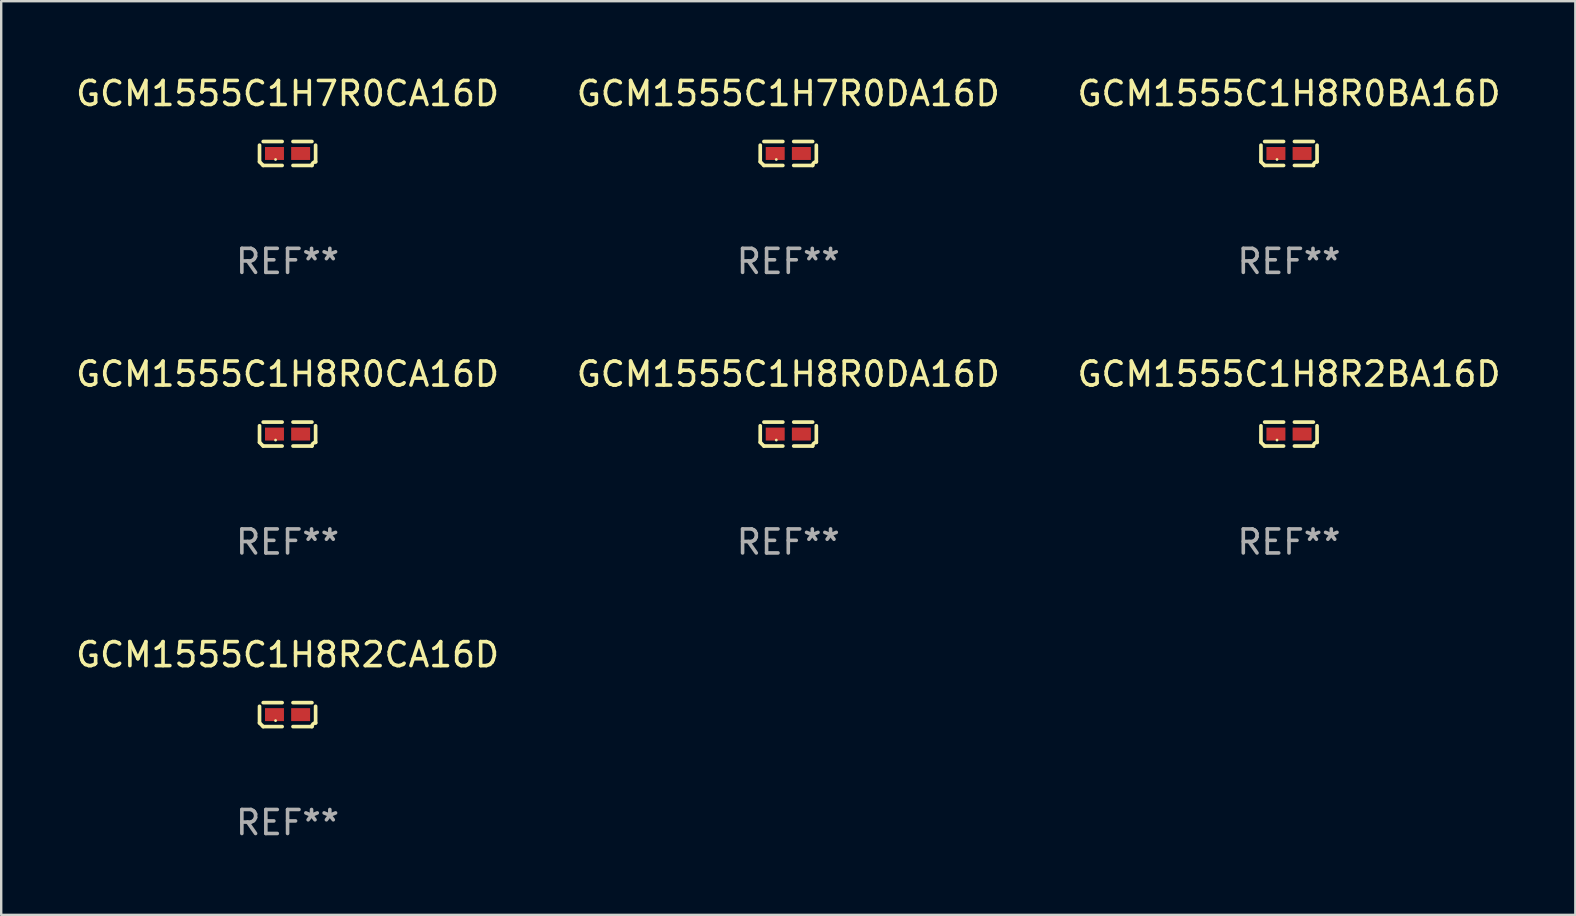
<source format=kicad_pcb>
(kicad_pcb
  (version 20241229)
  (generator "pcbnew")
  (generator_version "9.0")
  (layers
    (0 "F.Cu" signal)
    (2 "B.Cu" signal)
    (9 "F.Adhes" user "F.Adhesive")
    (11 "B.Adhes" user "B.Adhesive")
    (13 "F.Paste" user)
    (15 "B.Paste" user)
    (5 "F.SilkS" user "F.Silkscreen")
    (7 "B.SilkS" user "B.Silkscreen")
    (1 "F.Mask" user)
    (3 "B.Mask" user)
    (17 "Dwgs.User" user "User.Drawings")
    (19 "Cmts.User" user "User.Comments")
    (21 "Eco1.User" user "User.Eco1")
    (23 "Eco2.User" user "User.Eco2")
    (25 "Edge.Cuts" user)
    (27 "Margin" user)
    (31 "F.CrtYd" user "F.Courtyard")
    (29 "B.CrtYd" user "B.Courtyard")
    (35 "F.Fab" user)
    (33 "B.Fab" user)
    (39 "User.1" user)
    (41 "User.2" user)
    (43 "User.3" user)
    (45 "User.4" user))
  (footprint "GCM1555C1H7R0CA16D"
    (layer "F.Cu")
    (at 8.935 3.347)
    (property "Reference" "GCM1555C1H7R0CA16D" (at 0 -2.499 0) (layer "F.SilkS") (effects (font (size 1 1) (thickness 0.15))))
    (attr through_hole)
    (fp_line (start -1.169 0.346) (end -1.169 -0.346) (stroke (width 0.152) (type solid)) (layer "F.SilkS"))
    (fp_line (start -1.016 -0.499) (end -0.226 -0.499) (stroke (width 0.152) (type solid)) (layer "F.SilkS"))
    (fp_line (start -0.226 0.499) (end -1.016 0.499) (stroke (width 0.152) (type solid)) (layer "F.SilkS"))
    (fp_line (start 0.226 0.499) (end 1.016 0.499) (stroke (width 0.152) (type solid)) (layer "F.SilkS"))
    (fp_line (start 1.016 -0.499) (end 0.226 -0.499) (stroke (width 0.152) (type solid)) (layer "F.SilkS"))
    (fp_line (start 1.169 0.346) (end 1.169 -0.346) (stroke (width 0.152) (type solid)) (layer "F.SilkS"))
    (fp_arc (start -1.016307 0.498603) (mid -1.092512 0.422405) (end -1.16871 0.3462) (stroke (width 0.1524) (type solid)) (layer "F.SilkS"))
    (fp_arc (start 1.016307 0.498603) (mid 1.060899 0.390758) (end 1.168707 0.346076) (stroke (width 0.1524) (type solid)) (layer "F.SilkS"))
    (fp_circle (center -0.5 0.25) (end -0.47 0.25) (stroke (width 0.06) (type solid)) (fill no) (layer "F.SilkS"))
    (fp_text user "REF**" (at 0 4.499 0) (layer "F.Fab") (effects (font (size 1 1) (thickness 0.15))))
    (pad "1" smd rect (at -0.545 0) (size 0.79 0.54) (layers "F.Cu" "F.Mask" "F.Paste"))
    (pad "2" smd rect (at 0.545 0) (size 0.79 0.54) (layers "F.Cu" "F.Mask" "F.Paste")))
  (footprint "GCM1555C1H8R2CA16D"
    (layer "F.Cu")
    (at 8.935 26.734)
    (property "Reference" "GCM1555C1H8R2CA16D" (at 0 -2.499 0) (layer "F.SilkS") (effects (font (size 1 1) (thickness 0.15))))
    (attr through_hole)
    (fp_line (start -1.169 0.346) (end -1.169 -0.346) (stroke (width 0.152) (type solid)) (layer "F.SilkS"))
    (fp_line (start -1.016 -0.499) (end -0.226 -0.499) (stroke (width 0.152) (type solid)) (layer "F.SilkS"))
    (fp_line (start -0.226 0.499) (end -1.016 0.499) (stroke (width 0.152) (type solid)) (layer "F.SilkS"))
    (fp_line (start 0.226 0.499) (end 1.016 0.499) (stroke (width 0.152) (type solid)) (layer "F.SilkS"))
    (fp_line (start 1.016 -0.499) (end 0.226 -0.499) (stroke (width 0.152) (type solid)) (layer "F.SilkS"))
    (fp_line (start 1.169 0.346) (end 1.169 -0.346) (stroke (width 0.152) (type solid)) (layer "F.SilkS"))
    (fp_arc (start -1.016307 0.498603) (mid -1.092512 0.422405) (end -1.16871 0.3462) (stroke (width 0.1524) (type solid)) (layer "F.SilkS"))
    (fp_arc (start 1.016307 0.498603) (mid 1.060899 0.390758) (end 1.168707 0.346076) (stroke (width 0.1524) (type solid)) (layer "F.SilkS"))
    (fp_circle (center -0.5 0.25) (end -0.47 0.25) (stroke (width 0.06) (type solid)) (fill no) (layer "F.SilkS"))
    (fp_text user "REF**" (at 0 4.499 0) (layer "F.Fab") (effects (font (size 1 1) (thickness 0.15))))
    (pad "1" smd rect (at -0.545 0) (size 0.79 0.54) (layers "F.Cu" "F.Mask" "F.Paste"))
    (pad "2" smd rect (at 0.545 0) (size 0.79 0.54) (layers "F.Cu" "F.Mask" "F.Paste")))
  (footprint "GCM1555C1H8R0CA16D"
    (layer "F.Cu")
    (at 8.935 15.041)
    (property "Reference" "GCM1555C1H8R0CA16D" (at 0 -2.499 0) (layer "F.SilkS") (effects (font (size 1 1) (thickness 0.15))))
    (attr through_hole)
    (fp_line (start -1.169 0.346) (end -1.169 -0.346) (stroke (width 0.152) (type solid)) (layer "F.SilkS"))
    (fp_line (start -1.016 -0.499) (end -0.226 -0.499) (stroke (width 0.152) (type solid)) (layer "F.SilkS"))
    (fp_line (start -0.226 0.499) (end -1.016 0.499) (stroke (width 0.152) (type solid)) (layer "F.SilkS"))
    (fp_line (start 0.226 0.499) (end 1.016 0.499) (stroke (width 0.152) (type solid)) (layer "F.SilkS"))
    (fp_line (start 1.016 -0.499) (end 0.226 -0.499) (stroke (width 0.152) (type solid)) (layer "F.SilkS"))
    (fp_line (start 1.169 0.346) (end 1.169 -0.346) (stroke (width 0.152) (type solid)) (layer "F.SilkS"))
    (fp_arc (start -1.016307 0.498603) (mid -1.092512 0.422405) (end -1.16871 0.3462) (stroke (width 0.1524) (type solid)) (layer "F.SilkS"))
    (fp_arc (start 1.016307 0.498603) (mid 1.060899 0.390758) (end 1.168707 0.346076) (stroke (width 0.1524) (type solid)) (layer "F.SilkS"))
    (fp_circle (center -0.5 0.25) (end -0.47 0.25) (stroke (width 0.06) (type solid)) (fill no) (layer "F.SilkS"))
    (fp_text user "REF**" (at 0 4.499 0) (layer "F.Fab") (effects (font (size 1 1) (thickness 0.15))))
    (pad "1" smd rect (at -0.545 0) (size 0.79 0.54) (layers "F.Cu" "F.Mask" "F.Paste"))
    (pad "2" smd rect (at 0.545 0) (size 0.79 0.54) (layers "F.Cu" "F.Mask" "F.Paste")))
  (footprint "GCM1555C1H8R0BA16D"
    (layer "F.Cu")
    (at 50.673 3.347)
    (property "Reference" "GCM1555C1H8R0BA16D" (at 0 -2.499 0) (layer "F.SilkS") (effects (font (size 1 1) (thickness 0.15))))
    (attr through_hole)
    (fp_line (start -1.169 0.346) (end -1.169 -0.346) (stroke (width 0.152) (type solid)) (layer "F.SilkS"))
    (fp_line (start -1.016 -0.499) (end -0.226 -0.499) (stroke (width 0.152) (type solid)) (layer "F.SilkS"))
    (fp_line (start -0.226 0.499) (end -1.016 0.499) (stroke (width 0.152) (type solid)) (layer "F.SilkS"))
    (fp_line (start 0.226 0.499) (end 1.016 0.499) (stroke (width 0.152) (type solid)) (layer "F.SilkS"))
    (fp_line (start 1.016 -0.499) (end 0.226 -0.499) (stroke (width 0.152) (type solid)) (layer "F.SilkS"))
    (fp_line (start 1.169 0.346) (end 1.169 -0.346) (stroke (width 0.152) (type solid)) (layer "F.SilkS"))
    (fp_arc (start -1.016307 0.498603) (mid -1.092512 0.422405) (end -1.16871 0.3462) (stroke (width 0.1524) (type solid)) (layer "F.SilkS"))
    (fp_arc (start 1.016307 0.498603) (mid 1.060899 0.390758) (end 1.168707 0.346076) (stroke (width 0.1524) (type solid)) (layer "F.SilkS"))
    (fp_circle (center -0.5 0.25) (end -0.47 0.25) (stroke (width 0.06) (type solid)) (fill no) (layer "F.SilkS"))
    (fp_text user "REF**" (at 0 4.499 0) (layer "F.Fab") (effects (font (size 1 1) (thickness 0.15))))
    (pad "1" smd rect (at -0.545 0) (size 0.79 0.54) (layers "F.Cu" "F.Mask" "F.Paste"))
    (pad "2" smd rect (at 0.545 0) (size 0.79 0.54) (layers "F.Cu" "F.Mask" "F.Paste")))
  (footprint "GCM1555C1H8R0DA16D"
    (layer "F.Cu")
    (at 29.804 15.041)
    (property "Reference" "GCM1555C1H8R0DA16D" (at 0 -2.499 0) (layer "F.SilkS") (effects (font (size 1 1) (thickness 0.15))))
    (attr through_hole)
    (fp_line (start -1.169 0.346) (end -1.169 -0.346) (stroke (width 0.152) (type solid)) (layer "F.SilkS"))
    (fp_line (start -1.016 -0.499) (end -0.226 -0.499) (stroke (width 0.152) (type solid)) (layer "F.SilkS"))
    (fp_line (start -0.226 0.499) (end -1.016 0.499) (stroke (width 0.152) (type solid)) (layer "F.SilkS"))
    (fp_line (start 0.226 0.499) (end 1.016 0.499) (stroke (width 0.152) (type solid)) (layer "F.SilkS"))
    (fp_line (start 1.016 -0.499) (end 0.226 -0.499) (stroke (width 0.152) (type solid)) (layer "F.SilkS"))
    (fp_line (start 1.169 0.346) (end 1.169 -0.346) (stroke (width 0.152) (type solid)) (layer "F.SilkS"))
    (fp_arc (start -1.016307 0.498603) (mid -1.092512 0.422405) (end -1.16871 0.3462) (stroke (width 0.1524) (type solid)) (layer "F.SilkS"))
    (fp_arc (start 1.016307 0.498603) (mid 1.060899 0.390758) (end 1.168707 0.346076) (stroke (width 0.1524) (type solid)) (layer "F.SilkS"))
    (fp_circle (center -0.5 0.25) (end -0.47 0.25) (stroke (width 0.06) (type solid)) (fill no) (layer "F.SilkS"))
    (fp_text user "REF**" (at 0 4.499 0) (layer "F.Fab") (effects (font (size 1 1) (thickness 0.15))))
    (pad "1" smd rect (at -0.545 0) (size 0.79 0.54) (layers "F.Cu" "F.Mask" "F.Paste"))
    (pad "2" smd rect (at 0.545 0) (size 0.79 0.54) (layers "F.Cu" "F.Mask" "F.Paste")))
  (footprint "GCM1555C1H8R2BA16D"
    (layer "F.Cu")
    (at 50.673 15.041)
    (property "Reference" "GCM1555C1H8R2BA16D" (at 0 -2.499 0) (layer "F.SilkS") (effects (font (size 1 1) (thickness 0.15))))
    (attr through_hole)
    (fp_line (start -1.169 0.346) (end -1.169 -0.346) (stroke (width 0.152) (type solid)) (layer "F.SilkS"))
    (fp_line (start -1.016 -0.499) (end -0.226 -0.499) (stroke (width 0.152) (type solid)) (layer "F.SilkS"))
    (fp_line (start -0.226 0.499) (end -1.016 0.499) (stroke (width 0.152) (type solid)) (layer "F.SilkS"))
    (fp_line (start 0.226 0.499) (end 1.016 0.499) (stroke (width 0.152) (type solid)) (layer "F.SilkS"))
    (fp_line (start 1.016 -0.499) (end 0.226 -0.499) (stroke (width 0.152) (type solid)) (layer "F.SilkS"))
    (fp_line (start 1.169 0.346) (end 1.169 -0.346) (stroke (width 0.152) (type solid)) (layer "F.SilkS"))
    (fp_arc (start -1.016307 0.498603) (mid -1.092512 0.422405) (end -1.16871 0.3462) (stroke (width 0.1524) (type solid)) (layer "F.SilkS"))
    (fp_arc (start 1.016307 0.498603) (mid 1.060899 0.390758) (end 1.168707 0.346076) (stroke (width 0.1524) (type solid)) (layer "F.SilkS"))
    (fp_circle (center -0.5 0.25) (end -0.47 0.25) (stroke (width 0.06) (type solid)) (fill no) (layer "F.SilkS"))
    (fp_text user "REF**" (at 0 4.499 0) (layer "F.Fab") (effects (font (size 1 1) (thickness 0.15))))
    (pad "1" smd rect (at -0.545 0) (size 0.79 0.54) (layers "F.Cu" "F.Mask" "F.Paste"))
    (pad "2" smd rect (at 0.545 0) (size 0.79 0.54) (layers "F.Cu" "F.Mask" "F.Paste")))
  (footprint "GCM1555C1H7R0DA16D"
    (layer "F.Cu")
    (at 29.804 3.347)
    (property "Reference" "GCM1555C1H7R0DA16D" (at 0 -2.499 0) (layer "F.SilkS") (effects (font (size 1 1) (thickness 0.15))))
    (attr through_hole)
    (fp_line (start -1.169 0.346) (end -1.169 -0.346) (stroke (width 0.152) (type solid)) (layer "F.SilkS"))
    (fp_line (start -1.016 -0.499) (end -0.226 -0.499) (stroke (width 0.152) (type solid)) (layer "F.SilkS"))
    (fp_line (start -0.226 0.499) (end -1.016 0.499) (stroke (width 0.152) (type solid)) (layer "F.SilkS"))
    (fp_line (start 0.226 0.499) (end 1.016 0.499) (stroke (width 0.152) (type solid)) (layer "F.SilkS"))
    (fp_line (start 1.016 -0.499) (end 0.226 -0.499) (stroke (width 0.152) (type solid)) (layer "F.SilkS"))
    (fp_line (start 1.169 0.346) (end 1.169 -0.346) (stroke (width 0.152) (type solid)) (layer "F.SilkS"))
    (fp_arc (start -1.016307 0.498603) (mid -1.092512 0.422405) (end -1.16871 0.3462) (stroke (width 0.1524) (type solid)) (layer "F.SilkS"))
    (fp_arc (start 1.016307 0.498603) (mid 1.060899 0.390758) (end 1.168707 0.346076) (stroke (width 0.1524) (type solid)) (layer "F.SilkS"))
    (fp_circle (center -0.5 0.25) (end -0.47 0.25) (stroke (width 0.06) (type solid)) (fill no) (layer "F.SilkS"))
    (fp_text user "REF**" (at 0 4.499 0) (layer "F.Fab") (effects (font (size 1 1) (thickness 0.15))))
    (pad "1" smd rect (at -0.545 0) (size 0.79 0.54) (layers "F.Cu" "F.Mask" "F.Paste"))
    (pad "2" smd rect (at 0.545 0) (size 0.79 0.54) (layers "F.Cu" "F.Mask" "F.Paste")))
  (gr_rect
    (start -3 -3)
    (end 62.607 35.081)
    (stroke (width 0.1) (type default))
    (fill no)
    (layer "Edge.Cuts")))
</source>
